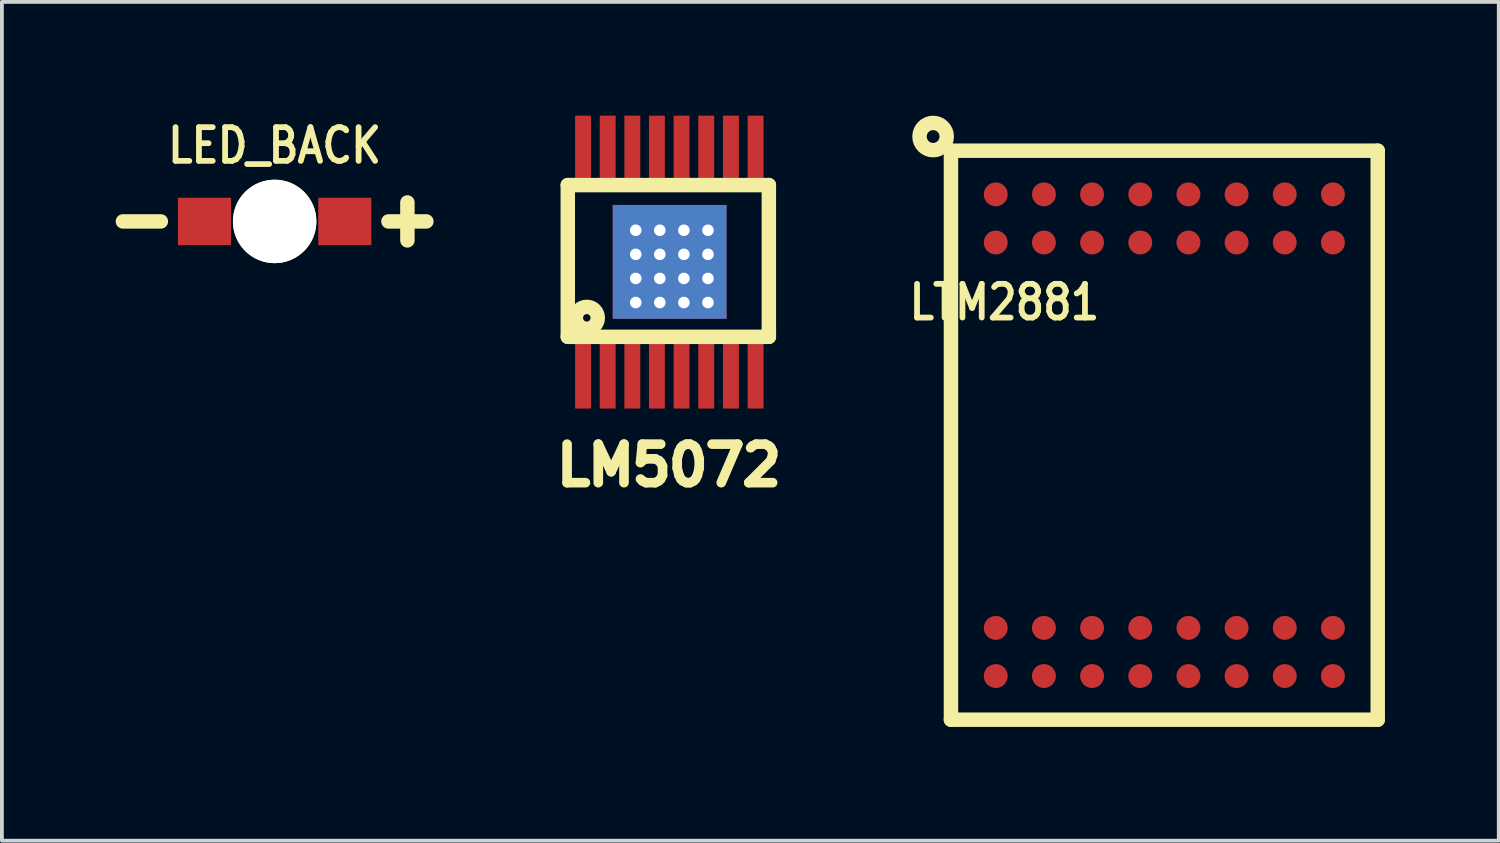
<source format=kicad_pcb>
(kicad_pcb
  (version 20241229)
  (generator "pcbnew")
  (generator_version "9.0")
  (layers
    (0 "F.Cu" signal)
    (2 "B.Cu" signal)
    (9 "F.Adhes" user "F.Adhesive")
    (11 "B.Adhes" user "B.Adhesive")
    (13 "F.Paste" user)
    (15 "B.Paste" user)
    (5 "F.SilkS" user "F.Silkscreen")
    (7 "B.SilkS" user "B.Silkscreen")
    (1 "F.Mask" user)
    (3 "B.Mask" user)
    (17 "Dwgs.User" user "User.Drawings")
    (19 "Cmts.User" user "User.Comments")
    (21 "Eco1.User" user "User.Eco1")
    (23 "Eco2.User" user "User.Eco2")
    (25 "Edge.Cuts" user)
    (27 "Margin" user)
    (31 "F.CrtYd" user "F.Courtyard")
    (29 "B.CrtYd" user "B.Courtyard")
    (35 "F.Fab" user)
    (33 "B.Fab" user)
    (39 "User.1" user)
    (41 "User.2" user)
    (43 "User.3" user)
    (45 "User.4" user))
  (footprint "LM5072"
    (layer "F.Cu")
    (at 17.521 6.831)
    (property "Reference" "LM5072" (at -2.934 2.388 0) (layer "F.SilkS") (effects (font (size 1.016 1.016) (thickness 0.305))))
    (attr through_hole)
    (fp_line (start -5.601 -5.001) (end -0.3 -5.001) (stroke (width 0.381) (type solid)) (layer "F.SilkS"))
    (fp_line (start -5.601 -1.001) (end -5.601 -5.001) (stroke (width 0.381) (type solid)) (layer "F.SilkS"))
    (fp_line (start -5.499 -1.001) (end -5.601 -1.001) (stroke (width 0.381) (type solid)) (layer "F.SilkS"))
    (fp_line (start -0.3 -5.001) (end -0.3 -1.1) (stroke (width 0.381) (type solid)) (layer "F.SilkS"))
    (fp_line (start -0.3 -1.1) (end -0.3 -1.001) (stroke (width 0.381) (type solid)) (layer "F.SilkS"))
    (fp_line (start -0.3 -1.001) (end -5.499 -1.001) (stroke (width 0.381) (type solid)) (layer "F.SilkS"))
    (fp_circle (center -5.1 -1.501) (end -5.1 -1.402) (stroke (width 0.381) (type solid)) (fill no) (layer "F.SilkS"))
    (pad "0" thru_hole circle (at -3.81 -3.81) (size 0.33 0.33) (drill 0.305) (layers "*.Cu"))
    (pad "0" thru_hole circle (at -3.81 -3.175) (size 0.33 0.33) (drill 0.305) (layers "*.Cu"))
    (pad "0" thru_hole circle (at -3.81 -2.54) (size 0.33 0.33) (drill 0.305) (layers "*.Cu"))
    (pad "0" thru_hole circle (at -3.81 -1.905) (size 0.33 0.33) (drill 0.305) (layers "*.Cu"))
    (pad "0" thru_hole circle (at -3.175 -3.81) (size 0.33 0.33) (drill 0.305) (layers "*.Cu"))
    (pad "0" thru_hole circle (at -3.175 -3.175) (size 0.33 0.33) (drill 0.305) (layers "*.Cu"))
    (pad "0" thru_hole circle (at -3.175 -2.54) (size 0.33 0.33) (drill 0.305) (layers "*.Cu"))
    (pad "0" thru_hole circle (at -3.175 -1.905) (size 0.33 0.33) (drill 0.305) (layers "*.Cu"))
    (pad "0" smd rect (at -2.916 -2.977) (size 3 3) (layers "*.Cu" "F.Mask" "F.Paste"))
    (pad "0" thru_hole circle (at -2.54 -3.81) (size 0.33 0.33) (drill 0.305) (layers "*.Cu"))
    (pad "0" thru_hole circle (at -2.54 -3.175) (size 0.33 0.33) (drill 0.305) (layers "*.Cu"))
    (pad "0" thru_hole circle (at -2.54 -2.54) (size 0.33 0.33) (drill 0.305) (layers "*.Cu"))
    (pad "0" thru_hole circle (at -2.54 -1.905) (size 0.33 0.33) (drill 0.305) (layers "*.Cu"))
    (pad "0" thru_hole circle (at -1.905 -3.81) (size 0.33 0.33) (drill 0.305) (layers "*.Cu"))
    (pad "0" thru_hole circle (at -1.905 -3.175) (size 0.33 0.33) (drill 0.305) (layers "*.Cu"))
    (pad "0" thru_hole circle (at -1.905 -2.54) (size 0.33 0.33) (drill 0.305) (layers "*.Cu"))
    (pad "0" thru_hole circle (at -1.905 -1.905) (size 0.33 0.33) (drill 0.305) (layers "*.Cu"))
    (pad "1" smd rect (at -5.199 0) (size 0.419 1.781) (layers "F.Cu" "F.Mask" "F.Paste"))
    (pad "2" smd rect (at -4.549 0) (size 0.419 1.781) (layers "F.Cu" "F.Mask" "F.Paste"))
    (pad "3" smd rect (at -3.899 0) (size 0.419 1.781) (layers "F.Cu" "F.Mask" "F.Paste"))
    (pad "4" smd rect (at -3.251 0) (size 0.419 1.781) (layers "F.Cu" "F.Mask" "F.Paste"))
    (pad "5" smd rect (at -2.601 0) (size 0.419 1.781) (layers "F.Cu" "F.Mask" "F.Paste"))
    (pad "6" smd rect (at -1.951 0) (size 0.419 1.781) (layers "F.Cu" "F.Mask" "F.Paste"))
    (pad "7" smd rect (at -1.3 0) (size 0.419 1.781) (layers "F.Cu" "F.Mask" "F.Paste"))
    (pad "8" smd rect (at -0.65 0) (size 0.419 1.781) (layers "F.Cu" "F.Mask" "F.Paste"))
    (pad "9" smd rect (at -0.65 -5.941) (size 0.419 1.781) (layers "F.Cu" "F.Mask" "F.Paste"))
    (pad "10" smd rect (at -1.3 -5.941) (size 0.419 1.781) (layers "F.Cu" "F.Mask" "F.Paste"))
    (pad "11" smd rect (at -1.951 -5.941) (size 0.419 1.781) (layers "F.Cu" "F.Mask" "F.Paste"))
    (pad "12" smd rect (at -2.601 -5.941) (size 0.419 1.781) (layers "F.Cu" "F.Mask" "F.Paste"))
    (pad "13" smd rect (at -3.251 -5.941) (size 0.419 1.781) (layers "F.Cu" "F.Mask" "F.Paste"))
    (pad "14" smd rect (at -3.899 -5.941) (size 0.419 1.781) (layers "F.Cu" "F.Mask" "F.Paste"))
    (pad "15" smd rect (at -4.549 -5.941) (size 0.419 1.781) (layers "F.Cu" "F.Mask" "F.Paste"))
    (pad "16" smd rect (at -5.199 -5.941) (size 0.419 1.781) (layers "F.Cu" "F.Mask" "F.Paste")))
  (footprint "LTM2881"
    (layer "F.Cu")
    (at 27.648 8.424)
    (property "Reference" "LTM2881" (at -4.216 -3.505 0) (layer "F.SilkS") (effects (font (size 0.889 0.762) (thickness 0.152))))
    (attr through_hole)
    (fp_line (start -5.626 -7.501) (end 5.626 -7.501) (stroke (width 0.381) (type solid)) (layer "F.SilkS"))
    (fp_line (start -5.626 7.501) (end -5.626 -7.501) (stroke (width 0.381) (type solid)) (layer "F.SilkS"))
    (fp_line (start 5.626 -7.501) (end 5.626 7.501) (stroke (width 0.381) (type solid)) (layer "F.SilkS"))
    (fp_line (start 5.626 7.501) (end -5.626 7.501) (stroke (width 0.381) (type solid)) (layer "F.SilkS"))
    (fp_circle (center -6.096 -7.874) (end -6.35 -8.128) (stroke (width 0.381) (type solid)) (fill no) (layer "F.SilkS"))
    (pad "A1" smd circle (at -4.445 -6.35) (size 0.63 0.63) (layers "F.Cu" "F.Mask" "F.Paste"))
    (pad "A2" smd circle (at -3.175 -6.35) (size 0.63 0.63) (layers "F.Cu" "F.Mask" "F.Paste"))
    (pad "A3" smd circle (at -1.905 -6.35) (size 0.63 0.63) (layers "F.Cu" "F.Mask" "F.Paste"))
    (pad "A4" smd circle (at -0.635 -6.35) (size 0.63 0.63) (layers "F.Cu" "F.Mask" "F.Paste"))
    (pad "A5" smd circle (at 0.635 -6.35) (size 0.63 0.63) (layers "F.Cu" "F.Mask" "F.Paste"))
    (pad "A6" smd circle (at 1.905 -6.35) (size 0.63 0.63) (layers "F.Cu" "F.Mask" "F.Paste"))
    (pad "A7" smd circle (at 3.175 -6.35) (size 0.63 0.63) (layers "F.Cu" "F.Mask" "F.Paste"))
    (pad "A8" smd circle (at 4.445 -6.35) (size 0.63 0.63) (layers "F.Cu" "F.Mask" "F.Paste"))
    (pad "B1" smd circle (at -4.445 -5.08) (size 0.63 0.63) (layers "F.Cu" "F.Mask" "F.Paste"))
    (pad "B2" smd circle (at -3.175 -5.08) (size 0.63 0.63) (layers "F.Cu" "F.Mask" "F.Paste"))
    (pad "B3" smd circle (at -1.905 -5.08) (size 0.63 0.63) (layers "F.Cu" "F.Mask" "F.Paste"))
    (pad "B4" smd circle (at -0.635 -5.08) (size 0.63 0.63) (layers "F.Cu" "F.Mask" "F.Paste"))
    (pad "B5" smd circle (at 0.635 -5.08) (size 0.63 0.63) (layers "F.Cu" "F.Mask" "F.Paste"))
    (pad "B6" smd circle (at 1.905 -5.08) (size 0.63 0.63) (layers "F.Cu" "F.Mask" "F.Paste"))
    (pad "B7" smd circle (at 3.175 -5.08) (size 0.63 0.63) (layers "F.Cu" "F.Mask" "F.Paste"))
    (pad "B8" smd circle (at 4.445 -5.08) (size 0.63 0.63) (layers "F.Cu" "F.Mask" "F.Paste"))
    (pad "K1" smd circle (at -4.445 5.08) (size 0.63 0.63) (layers "F.Cu" "F.Mask" "F.Paste"))
    (pad "K2" smd circle (at -3.175 5.08) (size 0.63 0.63) (layers "F.Cu" "F.Mask" "F.Paste"))
    (pad "K3" smd circle (at -1.905 5.08) (size 0.63 0.63) (layers "F.Cu" "F.Mask" "F.Paste"))
    (pad "K4" smd circle (at -0.635 5.08) (size 0.63 0.63) (layers "F.Cu" "F.Mask" "F.Paste"))
    (pad "K5" smd circle (at 0.635 5.08) (size 0.63 0.63) (layers "F.Cu" "F.Mask" "F.Paste"))
    (pad "K6" smd circle (at 1.905 5.08) (size 0.63 0.63) (layers "F.Cu" "F.Mask" "F.Paste"))
    (pad "K7" smd circle (at 3.175 5.08) (size 0.63 0.63) (layers "F.Cu" "F.Mask" "F.Paste"))
    (pad "K8" smd circle (at 4.445 5.08) (size 0.63 0.63) (layers "F.Cu" "F.Mask" "F.Paste"))
    (pad "L1" smd circle (at -4.445 6.35) (size 0.63 0.63) (layers "F.Cu" "F.Mask" "F.Paste"))
    (pad "L2" smd circle (at -3.175 6.35) (size 0.63 0.63) (layers "F.Cu" "F.Mask" "F.Paste"))
    (pad "L3" smd circle (at -1.905 6.35) (size 0.63 0.63) (layers "F.Cu" "F.Mask" "F.Paste"))
    (pad "L4" smd circle (at -0.635 6.35) (size 0.63 0.63) (layers "F.Cu" "F.Mask" "F.Paste"))
    (pad "L5" smd circle (at 0.635 6.35) (size 0.63 0.63) (layers "F.Cu" "F.Mask" "F.Paste"))
    (pad "L6" smd circle (at 1.905 6.35) (size 0.63 0.63) (layers "F.Cu" "F.Mask" "F.Paste"))
    (pad "L7" smd circle (at 3.175 6.35) (size 0.63 0.63) (layers "F.Cu" "F.Mask" "F.Paste"))
    (pad "L8" smd circle (at 4.445 6.35) (size 0.63 0.63) (layers "F.Cu" "F.Mask" "F.Paste")))
  (footprint "LED_BACK"
    (layer "F.Cu")
    (at 4.191 2.788)
    (property "Reference" "LED_BACK" (at 0 -2 0) (layer "F.SilkS") (effects (font (size 0.889 0.762) (thickness 0.152))))
    (attr through_hole)
    (fp_line (start -3 0) (end -4 0) (stroke (width 0.381) (type solid)) (layer "F.SilkS"))
    (fp_line (start 3 0) (end 4 0) (stroke (width 0.381) (type solid)) (layer "F.SilkS"))
    (fp_line (start 3.5 -0.5) (end 3.5 0.5) (stroke (width 0.381) (type solid)) (layer "F.SilkS"))
    (pad "" np_thru_hole circle (at 0 0) (size 2.2 2.2) (drill 2.2) (layers "*.Cu" "*.Mask" "F.SilkS"))
    (pad "1" smd rect (at -1.85 0) (size 1.4 1.25) (layers "F.Cu" "F.Mask" "F.Paste"))
    (pad "2" smd rect (at 1.85 0) (size 1.4 1.25) (layers "F.Cu" "F.Mask" "F.Paste")))
  (gr_rect
    (start -3 -3)
    (end 36.465 19.115)
    (stroke (width 0.1) (type default))
    (fill no)
    (layer "Edge.Cuts")))
</source>
